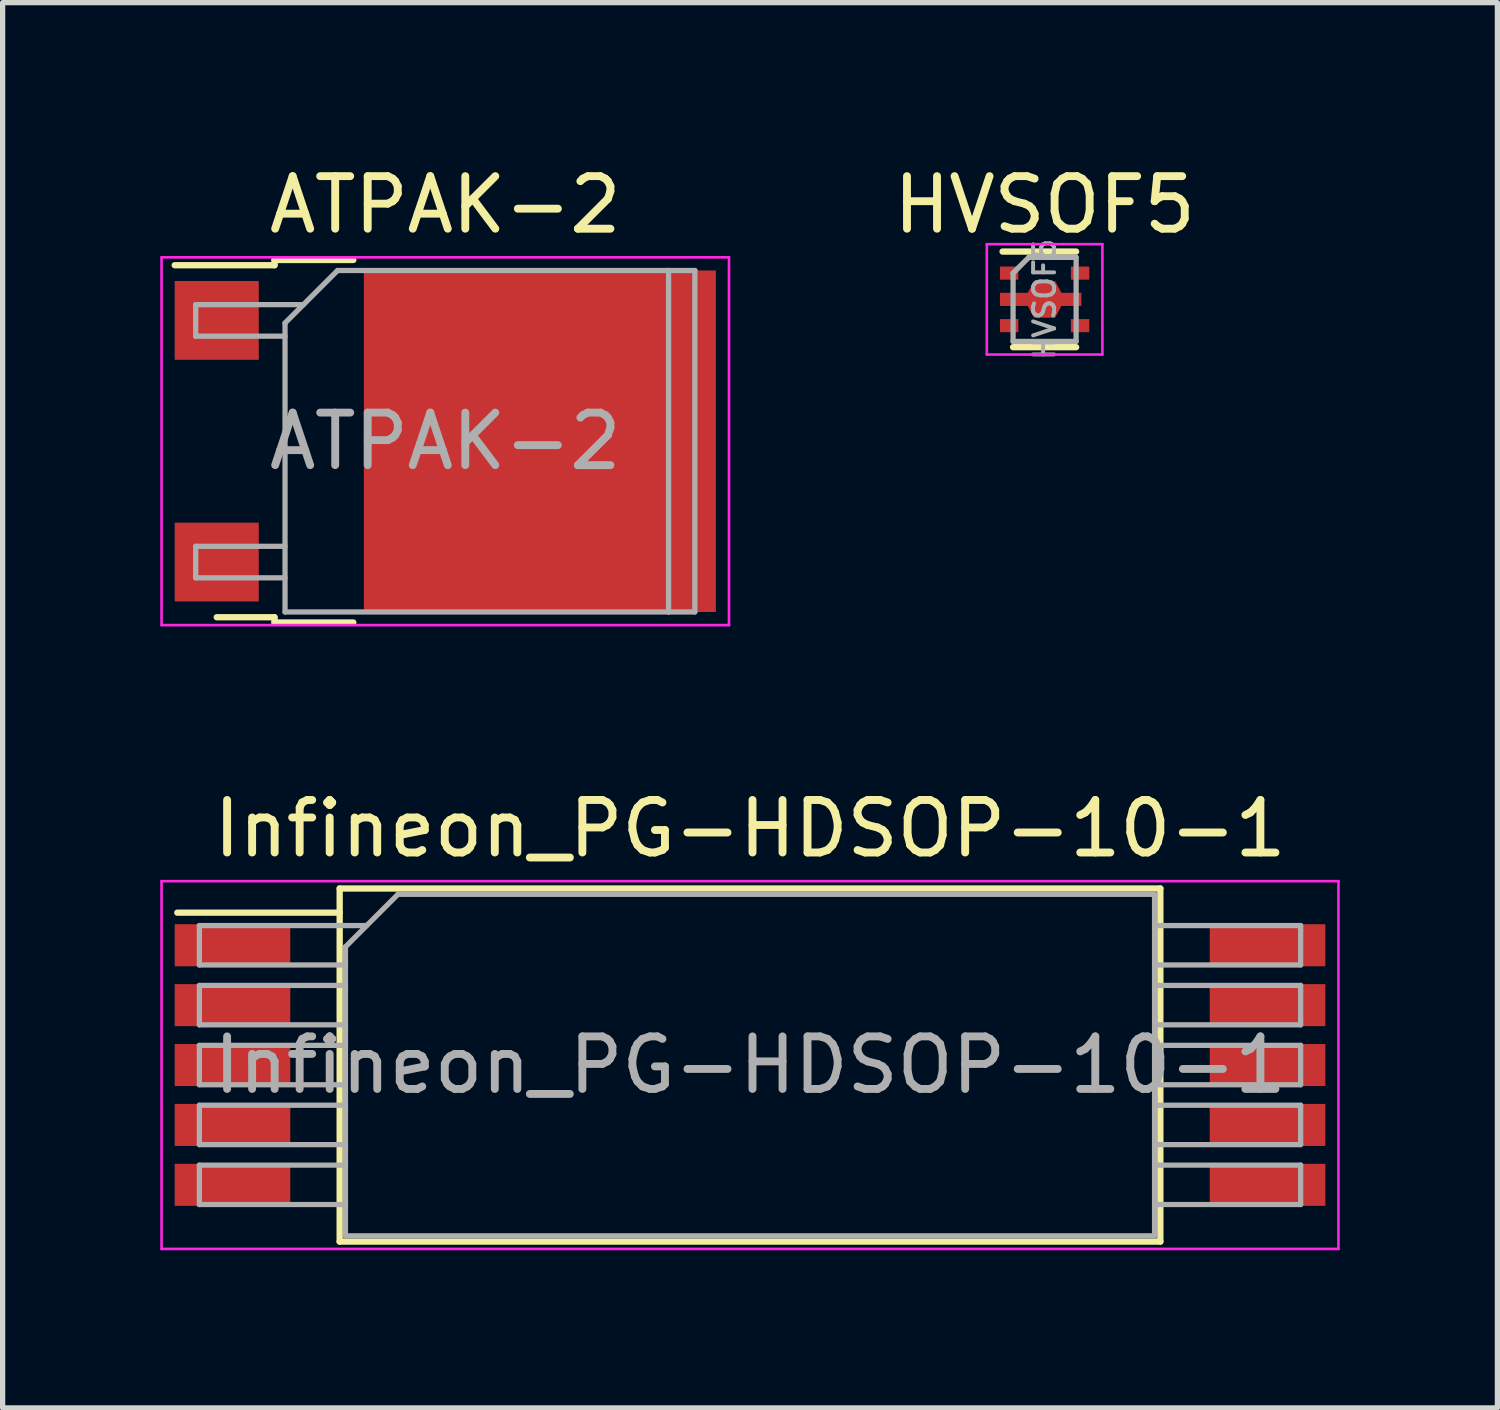
<source format=kicad_pcb>
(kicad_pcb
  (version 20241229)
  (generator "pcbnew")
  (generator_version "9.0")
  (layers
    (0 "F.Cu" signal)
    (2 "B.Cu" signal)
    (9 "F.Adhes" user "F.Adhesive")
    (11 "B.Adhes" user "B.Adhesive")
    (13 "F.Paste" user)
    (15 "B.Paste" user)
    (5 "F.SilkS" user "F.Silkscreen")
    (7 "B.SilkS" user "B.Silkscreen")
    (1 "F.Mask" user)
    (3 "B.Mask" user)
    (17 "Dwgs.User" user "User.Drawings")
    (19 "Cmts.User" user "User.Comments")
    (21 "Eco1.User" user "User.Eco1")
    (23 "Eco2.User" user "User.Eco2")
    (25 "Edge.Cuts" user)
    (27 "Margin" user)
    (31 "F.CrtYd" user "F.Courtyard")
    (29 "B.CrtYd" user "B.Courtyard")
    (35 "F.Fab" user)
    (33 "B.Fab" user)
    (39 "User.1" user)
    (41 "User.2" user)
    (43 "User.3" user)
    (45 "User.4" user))
  (footprint "ATPAK-2"
    (layer "F.Cu")
    (at 5.425 5.348)
    (property "Reference" "ATPAK-2" (at 0 -4.5 0) (layer "F.SilkS") (effects (font (size 1 1) (thickness 0.15))))
    (attr smd)
    (fp_line (start -3.25 -3.45) (end -3.25 -3.35) (stroke (width 0.12) (type solid)) (layer "F.SilkS"))
    (fp_line (start -3.25 -3.35) (end -5.15 -3.35) (stroke (width 0.12) (type solid)) (layer "F.SilkS"))
    (fp_line (start -3.25 3.35) (end -4.35 3.35) (stroke (width 0.12) (type solid)) (layer "F.SilkS"))
    (fp_line (start -3.25 3.45) (end -3.25 3.35) (stroke (width 0.12) (type solid)) (layer "F.SilkS"))
    (fp_line (start -1.75 -3.45) (end -3.25 -3.45) (stroke (width 0.12) (type solid)) (layer "F.SilkS"))
    (fp_line (start -1.75 3.45) (end -3.25 3.45) (stroke (width 0.12) (type solid)) (layer "F.SilkS"))
    (fp_line (start -5.4 -3.5) (end -5.4 3.5) (stroke (width 0.05) (type solid)) (layer "F.CrtYd"))
    (fp_line (start -5.4 3.5) (end 5.4 3.5) (stroke (width 0.05) (type solid)) (layer "F.CrtYd"))
    (fp_line (start 5.4 -3.5) (end -5.4 -3.5) (stroke (width 0.05) (type solid)) (layer "F.CrtYd"))
    (fp_line (start 5.4 3.5) (end 5.4 -3.5) (stroke (width 0.05) (type solid)) (layer "F.CrtYd"))
    (fp_line (start -4.75 -2.6) (end -4.75 -2) (stroke (width 0.1) (type solid)) (layer "F.Fab"))
    (fp_line (start -4.75 -2) (end -3.05 -2) (stroke (width 0.1) (type solid)) (layer "F.Fab"))
    (fp_line (start -4.75 2) (end -4.75 2.6) (stroke (width 0.1) (type solid)) (layer "F.Fab"))
    (fp_line (start -4.75 2.6) (end -3.05 2.6) (stroke (width 0.1) (type solid)) (layer "F.Fab"))
    (fp_line (start -3.05 -2.25) (end -2.05 -3.25) (stroke (width 0.1) (type solid)) (layer "F.Fab"))
    (fp_line (start -3.05 2) (end -4.75 2) (stroke (width 0.1) (type solid)) (layer "F.Fab"))
    (fp_line (start -3.05 3.25) (end -3.05 -2.25) (stroke (width 0.1) (type solid)) (layer "F.Fab"))
    (fp_line (start -2.7 -2.6) (end -4.75 -2.6) (stroke (width 0.1) (type solid)) (layer "F.Fab"))
    (fp_line (start -2.05 -3.25) (end 4.25 -3.25) (stroke (width 0.1) (type solid)) (layer "F.Fab"))
    (fp_line (start 4.25 -3.25) (end 4.25 3.25) (stroke (width 0.1) (type solid)) (layer "F.Fab"))
    (fp_line (start 4.25 -3.25) (end 4.75 -3.25) (stroke (width 0.1) (type solid)) (layer "F.Fab"))
    (fp_line (start 4.25 3.25) (end -3.05 3.25) (stroke (width 0.1) (type solid)) (layer "F.Fab"))
    (fp_line (start 4.75 -3.25) (end 4.75 3.25) (stroke (width 0.1) (type solid)) (layer "F.Fab"))
    (fp_line (start 4.75 3.25) (end 4.25 3.25) (stroke (width 0.1) (type solid)) (layer "F.Fab"))
    (fp_text user "${REFERENCE}" (at 0 0 0) (layer "F.Fab") (effects (font (size 1 1) (thickness 0.15))))
    (pad "" smd rect (at 0.05 -1.7) (size 3.2 3.1) (layers "F.Paste"))
    (pad "" smd rect (at 0.05 1.7) (size 3.2 3.1) (layers "F.Paste"))
    (pad "" smd rect (at 3.55 -1.7) (size 3.2 3.1) (layers "F.Paste"))
    (pad "" smd rect (at 3.55 1.7) (size 3.2 3.1) (layers "F.Paste"))
    (pad "1" smd rect (at -4.35 -2.3) (size 1.6 1.5) (layers "F.Cu" "F.Mask" "F.Paste"))
    (pad "2" smd rect (at 1.8 0) (size 6.7 6.5) (layers "F.Cu" "F.Mask"))
    (pad "3" smd rect (at -4.35 2.3) (size 1.6 1.5) (layers "F.Cu" "F.Mask" "F.Paste")))
  (footprint "HVSOF5"
    (layer "F.Cu")
    (at 16.832 2.648)
    (property "Reference" "HVSOF5" (at 0 -1.8 0) (layer "F.SilkS") (effects (font (size 1 1) (thickness 0.15))))
    (attr smd)
    (fp_line (start -0.8 -0.91) (end 0.6 -0.91) (stroke (width 0.12) (type solid)) (layer "F.SilkS"))
    (fp_line (start -0.6 0.91) (end 0.6 0.91) (stroke (width 0.12) (type solid)) (layer "F.SilkS"))
    (fp_line (start -1.1 -1.05) (end -1.1 1.05) (stroke (width 0.05) (type solid)) (layer "F.CrtYd"))
    (fp_line (start -1.1 -1.05) (end 1.1 -1.05) (stroke (width 0.05) (type solid)) (layer "F.CrtYd"))
    (fp_line (start 1.1 1.05) (end -1.1 1.05) (stroke (width 0.05) (type solid)) (layer "F.CrtYd"))
    (fp_line (start 1.1 1.05) (end 1.1 -1.05) (stroke (width 0.05) (type solid)) (layer "F.CrtYd"))
    (fp_line (start -0.6 -0.5) (end -0.6 0.8) (stroke (width 0.1) (type solid)) (layer "F.Fab"))
    (fp_line (start -0.6 -0.5) (end -0.3 -0.8) (stroke (width 0.1) (type solid)) (layer "F.Fab"))
    (fp_line (start 0.6 -0.8) (end -0.3 -0.8) (stroke (width 0.1) (type solid)) (layer "F.Fab"))
    (fp_line (start 0.6 -0.8) (end 0.6 0.8) (stroke (width 0.1) (type solid)) (layer "F.Fab"))
    (fp_line (start 0.6 0.8) (end -0.6 0.8) (stroke (width 0.1) (type solid)) (layer "F.Fab"))
    (fp_text user "${REFERENCE}" (at 0 0 90) (layer "F.Fab") (effects (font (size 0.4 0.4) (thickness 0.075))))
    (pad "1" smd rect (at -0.675 -0.5) (size 0.35 0.25) (layers "F.Cu" "F.Mask" "F.Paste"))
    (pad "2" smd custom (at 0 0) (size 0.4 0.7) (layers "F.Cu" "F.Mask" "F.Paste") (options (anchor rect)) (primitives (gr_poly (pts (xy 0.32 -0.125) (xy 0.7 -0.125) (xy 0.7 0.125) (xy 0.32 0.125) (xy 0.2 0.35) (xy -0.2 0.35) (xy -0.32 0.125) (xy -0.85 0.125) (xy -0.85 -0.125) (xy -0.32 -0.125) (xy -0.2 -0.35) (xy 0.2 -0.35)) (width 0) (fill yes))))
    (pad "3" smd rect (at -0.675 0.5) (size 0.35 0.25) (layers "F.Cu" "F.Mask" "F.Paste"))
    (pad "4" smd rect (at 0.675 0.5) (size 0.35 0.25) (layers "F.Cu" "F.Mask" "F.Paste"))
    (pad "5" smd rect (at 0.675 -0.5) (size 0.35 0.25) (layers "F.Cu" "F.Mask" "F.Paste")))
  (footprint "Infineon_PG-HDSOP-10-1"
    (layer "F.Cu")
    (at 11.225 17.221)
    (property "Reference" "Infineon_PG-HDSOP-10-1" (at 0 -4.5 0) (layer "F.SilkS") (effects (font (size 1 1) (thickness 0.15))))
    (attr smd)
    (fp_line (start -10.9 -2.9) (end -7.81 -2.9) (stroke (width 0.12) (type solid)) (layer "F.SilkS"))
    (fp_line (start -7.81 -3.36) (end 7.81 -3.36) (stroke (width 0.12) (type solid)) (layer "F.SilkS"))
    (fp_line (start -7.81 3.36) (end -7.81 -3.36) (stroke (width 0.12) (type solid)) (layer "F.SilkS"))
    (fp_line (start -7.81 3.36) (end 7.81 3.36) (stroke (width 0.12) (type solid)) (layer "F.SilkS"))
    (fp_line (start 7.81 3.36) (end 7.81 -3.36) (stroke (width 0.12) (type solid)) (layer "F.SilkS"))
    (fp_line (start -11.2 -3.5) (end -11.2 3.5) (stroke (width 0.05) (type solid)) (layer "F.CrtYd"))
    (fp_line (start -11.2 -3.5) (end 11.2 -3.5) (stroke (width 0.05) (type solid)) (layer "F.CrtYd"))
    (fp_line (start -11.2 3.5) (end 11.2 3.5) (stroke (width 0.05) (type solid)) (layer "F.CrtYd"))
    (fp_line (start 11.2 -3.5) (end 11.2 3.5) (stroke (width 0.05) (type solid)) (layer "F.CrtYd"))
    (fp_line (start -10.48 -2.655) (end -10.48 -1.905) (stroke (width 0.1) (type solid)) (layer "F.Fab"))
    (fp_line (start -10.48 -1.905) (end -7.7 -1.905) (stroke (width 0.1) (type solid)) (layer "F.Fab"))
    (fp_line (start -10.48 -1.515) (end -10.48 -0.765) (stroke (width 0.1) (type solid)) (layer "F.Fab"))
    (fp_line (start -10.48 -0.765) (end -7.7 -0.765) (stroke (width 0.1) (type solid)) (layer "F.Fab"))
    (fp_line (start -10.48 -0.375) (end -10.48 0.375) (stroke (width 0.1) (type solid)) (layer "F.Fab"))
    (fp_line (start -10.48 0.375) (end -7.7 0.375) (stroke (width 0.1) (type solid)) (layer "F.Fab"))
    (fp_line (start -10.48 0.765) (end -10.48 1.515) (stroke (width 0.1) (type solid)) (layer "F.Fab"))
    (fp_line (start -10.48 1.515) (end -7.7 1.515) (stroke (width 0.1) (type solid)) (layer "F.Fab"))
    (fp_line (start -10.48 1.905) (end -10.48 2.655) (stroke (width 0.1) (type solid)) (layer "F.Fab"))
    (fp_line (start -10.48 2.655) (end -7.7 2.655) (stroke (width 0.1) (type solid)) (layer "F.Fab"))
    (fp_line (start -7.7 -1.515) (end -10.48 -1.515) (stroke (width 0.1) (type solid)) (layer "F.Fab"))
    (fp_line (start -7.7 -0.375) (end -10.48 -0.375) (stroke (width 0.1) (type solid)) (layer "F.Fab"))
    (fp_line (start -7.7 0.765) (end -10.48 0.765) (stroke (width 0.1) (type solid)) (layer "F.Fab"))
    (fp_line (start -7.7 1.905) (end -10.48 1.905) (stroke (width 0.1) (type solid)) (layer "F.Fab"))
    (fp_line (start -7.7 3.25) (end -7.7 -2.25) (stroke (width 0.1) (type solid)) (layer "F.Fab"))
    (fp_line (start -7.7 3.25) (end 7.7 3.25) (stroke (width 0.1) (type solid)) (layer "F.Fab"))
    (fp_line (start -7.3 -2.655) (end -10.48 -2.655) (stroke (width 0.1) (type solid)) (layer "F.Fab"))
    (fp_line (start -6.7 -3.25) (end -7.7 -2.25) (stroke (width 0.1) (type solid)) (layer "F.Fab"))
    (fp_line (start -6.7 -3.25) (end 7.7 -3.25) (stroke (width 0.1) (type solid)) (layer "F.Fab"))
    (fp_line (start 7.7 -2.655) (end 10.48 -2.655) (stroke (width 0.1) (type solid)) (layer "F.Fab"))
    (fp_line (start 7.7 -1.515) (end 10.48 -1.515) (stroke (width 0.1) (type solid)) (layer "F.Fab"))
    (fp_line (start 7.7 -0.375) (end 10.48 -0.375) (stroke (width 0.1) (type solid)) (layer "F.Fab"))
    (fp_line (start 7.7 0.765) (end 10.48 0.765) (stroke (width 0.1) (type solid)) (layer "F.Fab"))
    (fp_line (start 7.7 1.905) (end 10.48 1.905) (stroke (width 0.1) (type solid)) (layer "F.Fab"))
    (fp_line (start 7.7 3.25) (end 7.7 -3.25) (stroke (width 0.1) (type solid)) (layer "F.Fab"))
    (fp_line (start 10.48 -2.655) (end 10.48 -1.905) (stroke (width 0.1) (type solid)) (layer "F.Fab"))
    (fp_line (start 10.48 -1.905) (end 7.7 -1.905) (stroke (width 0.1) (type solid)) (layer "F.Fab"))
    (fp_line (start 10.48 -1.515) (end 10.48 -0.765) (stroke (width 0.1) (type solid)) (layer "F.Fab"))
    (fp_line (start 10.48 -0.765) (end 7.7 -0.765) (stroke (width 0.1) (type solid)) (layer "F.Fab"))
    (fp_line (start 10.48 -0.375) (end 10.48 0.375) (stroke (width 0.1) (type solid)) (layer "F.Fab"))
    (fp_line (start 10.48 0.375) (end 7.7 0.375) (stroke (width 0.1) (type solid)) (layer "F.Fab"))
    (fp_line (start 10.48 0.765) (end 10.48 1.515) (stroke (width 0.1) (type solid)) (layer "F.Fab"))
    (fp_line (start 10.48 1.515) (end 7.7 1.515) (stroke (width 0.1) (type solid)) (layer "F.Fab"))
    (fp_line (start 10.48 1.905) (end 10.48 2.655) (stroke (width 0.1) (type solid)) (layer "F.Fab"))
    (fp_line (start 10.48 2.655) (end 7.7 2.655) (stroke (width 0.1) (type solid)) (layer "F.Fab"))
    (fp_text user "${REFERENCE}" (at 0 0 0) (layer "F.Fab") (effects (font (size 1 1) (thickness 0.15))))
    (pad "1" smd rect (at -9.85 -2.28) (size 2.2 0.8) (layers "F.Cu" "F.Mask" "F.Paste"))
    (pad "2" smd rect (at -9.85 -1.14) (size 2.2 0.8) (layers "F.Cu" "F.Mask" "F.Paste"))
    (pad "3" smd rect (at -9.85 0) (size 2.2 0.8) (layers "F.Cu" "F.Mask" "F.Paste"))
    (pad "4" smd rect (at -9.85 1.14) (size 2.2 0.8) (layers "F.Cu" "F.Mask" "F.Paste"))
    (pad "5" smd rect (at -9.85 2.28) (size 2.2 0.8) (layers "F.Cu" "F.Mask" "F.Paste"))
    (pad "6" smd rect (at 9.85 2.28) (size 2.2 0.8) (layers "F.Cu" "F.Mask" "F.Paste"))
    (pad "7" smd rect (at 9.85 1.14) (size 2.2 0.8) (layers "F.Cu" "F.Mask" "F.Paste"))
    (pad "8" smd rect (at 9.85 0) (size 2.2 0.8) (layers "F.Cu" "F.Mask" "F.Paste"))
    (pad "9" smd rect (at 9.85 -1.14) (size 2.2 0.8) (layers "F.Cu" "F.Mask" "F.Paste"))
    (pad "10" smd rect (at 9.85 -2.28) (size 2.2 0.8) (layers "F.Cu" "F.Mask" "F.Paste")))
  (gr_rect
    (start -3 -3)
    (end 25.45 23.747)
    (stroke (width 0.1) (type default))
    (fill no)
    (layer "Edge.Cuts")))
</source>
